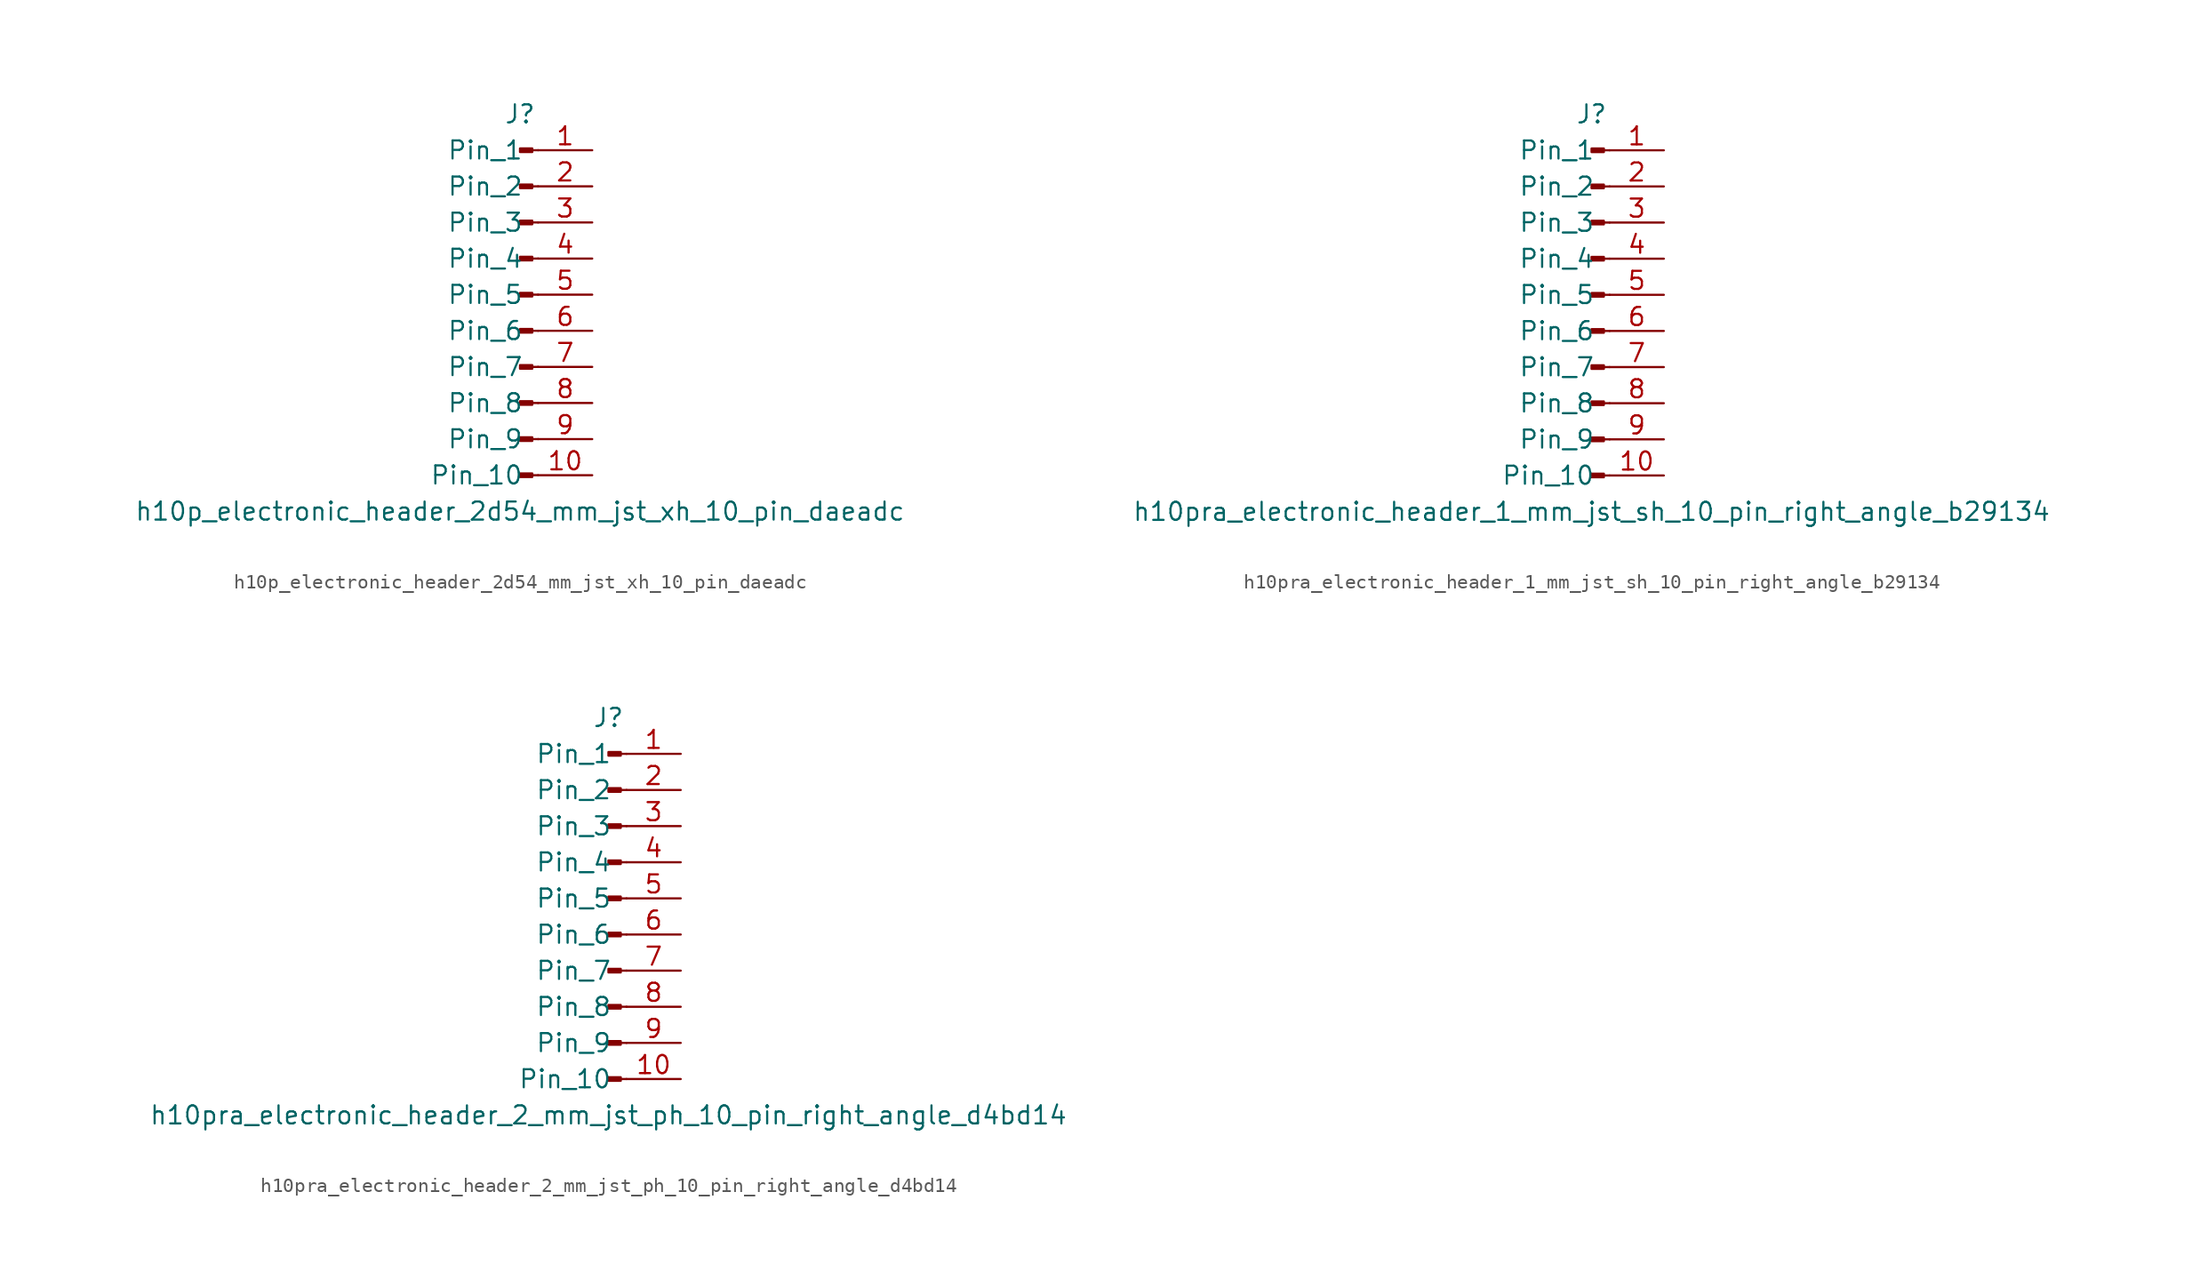
<source format=kicad_sym>
(kicad_symbol_lib
  (version 20220914)
  (generator kicad_symbol_editor)
  (symbol "h10p_electronic_header_2d54_mm_jst_xh_10_pin_daeadc"
    (pin_names
      (offset 1.016))
    (property "Reference" "J"
      (at 0 12.7 0)
      (effects (font (size 1.27 1.27))))
    (property "Value" "h10p_electronic_header_2d54_mm_jst_xh_10_pin_daeadc"
      (at 0 -15.24 0)
      (effects (font (size 1.27 1.27))))
    (property "ki_locked" ""
      (at 0 0 0)
      (effects (font (size 1.27 1.27))))
    (symbol "h10p_electronic_header_2d54_mm_jst_xh_10_pin_daeadc_1_1"
      (polyline (pts (xy 1.27 -12.7) (xy 0.864 -12.7)) (stroke (width 0.152) (type default)) (fill (type none)))
      (polyline (pts (xy 1.27 -10.16) (xy 0.864 -10.16)) (stroke (width 0.152) (type default)) (fill (type none)))
      (polyline (pts (xy 1.27 -7.62) (xy 0.864 -7.62)) (stroke (width 0.152) (type default)) (fill (type none)))
      (polyline (pts (xy 1.27 -5.08) (xy 0.864 -5.08)) (stroke (width 0.152) (type default)) (fill (type none)))
      (polyline (pts (xy 1.27 -2.54) (xy 0.864 -2.54)) (stroke (width 0.152) (type default)) (fill (type none)))
      (polyline (pts (xy 1.27 0) (xy 0.864 0)) (stroke (width 0.152) (type default)) (fill (type none)))
      (polyline (pts (xy 1.27 2.54) (xy 0.864 2.54)) (stroke (width 0.152) (type default)) (fill (type none)))
      (polyline (pts (xy 1.27 5.08) (xy 0.864 5.08)) (stroke (width 0.152) (type default)) (fill (type none)))
      (polyline (pts (xy 1.27 7.62) (xy 0.864 7.62)) (stroke (width 0.152) (type default)) (fill (type none)))
      (polyline (pts (xy 1.27 10.16) (xy 0.864 10.16)) (stroke (width 0.152) (type default)) (fill (type none)))
      (rectangle (start 0.864 -12.573) (end 0 -12.827) (stroke (width 0.152) (type default)) (fill (type outline)))
      (rectangle (start 0.864 -10.033) (end 0 -10.287) (stroke (width 0.152) (type default)) (fill (type outline)))
      (rectangle (start 0.864 -7.493) (end 0 -7.747) (stroke (width 0.152) (type default)) (fill (type outline)))
      (rectangle (start 0.864 -4.953) (end 0 -5.207) (stroke (width 0.152) (type default)) (fill (type outline)))
      (rectangle (start 0.864 -2.413) (end 0 -2.667) (stroke (width 0.152) (type default)) (fill (type outline)))
      (rectangle (start 0.864 0.127) (end 0 -0.127) (stroke (width 0.152) (type default)) (fill (type outline)))
      (rectangle (start 0.864 2.667) (end 0 2.413) (stroke (width 0.152) (type default)) (fill (type outline)))
      (rectangle (start 0.864 5.207) (end 0 4.953) (stroke (width 0.152) (type default)) (fill (type outline)))
      (rectangle (start 0.864 7.747) (end 0 7.493) (stroke (width 0.152) (type default)) (fill (type outline)))
      (rectangle (start 0.864 10.287) (end 0 10.033) (stroke (width 0.152) (type default)) (fill (type outline)))
      (pin passive line (at 5.08 10.16 180) (length 3.81) (name "Pin_1" (effects (font (size 1.27 1.27)))) (number "1" (effects (font (size 1.27 1.27)))))
      (pin passive line (at 5.08 -12.7 180) (length 3.81) (name "Pin_10" (effects (font (size 1.27 1.27)))) (number "10" (effects (font (size 1.27 1.27)))))
      (pin passive line (at 5.08 7.62 180) (length 3.81) (name "Pin_2" (effects (font (size 1.27 1.27)))) (number "2" (effects (font (size 1.27 1.27)))))
      (pin passive line (at 5.08 5.08 180) (length 3.81) (name "Pin_3" (effects (font (size 1.27 1.27)))) (number "3" (effects (font (size 1.27 1.27)))))
      (pin passive line (at 5.08 2.54 180) (length 3.81) (name "Pin_4" (effects (font (size 1.27 1.27)))) (number "4" (effects (font (size 1.27 1.27)))))
      (pin passive line (at 5.08 0 180) (length 3.81) (name "Pin_5" (effects (font (size 1.27 1.27)))) (number "5" (effects (font (size 1.27 1.27)))))
      (pin passive line (at 5.08 -2.54 180) (length 3.81) (name "Pin_6" (effects (font (size 1.27 1.27)))) (number "6" (effects (font (size 1.27 1.27)))))
      (pin passive line (at 5.08 -5.08 180) (length 3.81) (name "Pin_7" (effects (font (size 1.27 1.27)))) (number "7" (effects (font (size 1.27 1.27)))))
      (pin passive line (at 5.08 -7.62 180) (length 3.81) (name "Pin_8" (effects (font (size 1.27 1.27)))) (number "8" (effects (font (size 1.27 1.27)))))
      (pin passive line (at 5.08 -10.16 180) (length 3.81) (name "Pin_9" (effects (font (size 1.27 1.27)))) (number "9" (effects (font (size 1.27 1.27)))))))
  (symbol "h10pra_electronic_header_1_mm_jst_sh_10_pin_right_angle_b29134"
    (pin_names
      (offset 1.016))
    (property "Reference" "J"
      (at 0 12.7 0)
      (effects (font (size 1.27 1.27))))
    (property "Value" "h10pra_electronic_header_1_mm_jst_sh_10_pin_right_angle_b29134"
      (at 0 -15.24 0)
      (effects (font (size 1.27 1.27))))
    (property "ki_locked" ""
      (at 0 0 0)
      (effects (font (size 1.27 1.27))))
    (symbol "h10pra_electronic_header_1_mm_jst_sh_10_pin_right_angle_b29134_1_1"
      (polyline (pts (xy 1.27 -12.7) (xy 0.864 -12.7)) (stroke (width 0.152) (type default)) (fill (type none)))
      (polyline (pts (xy 1.27 -10.16) (xy 0.864 -10.16)) (stroke (width 0.152) (type default)) (fill (type none)))
      (polyline (pts (xy 1.27 -7.62) (xy 0.864 -7.62)) (stroke (width 0.152) (type default)) (fill (type none)))
      (polyline (pts (xy 1.27 -5.08) (xy 0.864 -5.08)) (stroke (width 0.152) (type default)) (fill (type none)))
      (polyline (pts (xy 1.27 -2.54) (xy 0.864 -2.54)) (stroke (width 0.152) (type default)) (fill (type none)))
      (polyline (pts (xy 1.27 0) (xy 0.864 0)) (stroke (width 0.152) (type default)) (fill (type none)))
      (polyline (pts (xy 1.27 2.54) (xy 0.864 2.54)) (stroke (width 0.152) (type default)) (fill (type none)))
      (polyline (pts (xy 1.27 5.08) (xy 0.864 5.08)) (stroke (width 0.152) (type default)) (fill (type none)))
      (polyline (pts (xy 1.27 7.62) (xy 0.864 7.62)) (stroke (width 0.152) (type default)) (fill (type none)))
      (polyline (pts (xy 1.27 10.16) (xy 0.864 10.16)) (stroke (width 0.152) (type default)) (fill (type none)))
      (rectangle (start 0.864 -12.573) (end 0 -12.827) (stroke (width 0.152) (type default)) (fill (type outline)))
      (rectangle (start 0.864 -10.033) (end 0 -10.287) (stroke (width 0.152) (type default)) (fill (type outline)))
      (rectangle (start 0.864 -7.493) (end 0 -7.747) (stroke (width 0.152) (type default)) (fill (type outline)))
      (rectangle (start 0.864 -4.953) (end 0 -5.207) (stroke (width 0.152) (type default)) (fill (type outline)))
      (rectangle (start 0.864 -2.413) (end 0 -2.667) (stroke (width 0.152) (type default)) (fill (type outline)))
      (rectangle (start 0.864 0.127) (end 0 -0.127) (stroke (width 0.152) (type default)) (fill (type outline)))
      (rectangle (start 0.864 2.667) (end 0 2.413) (stroke (width 0.152) (type default)) (fill (type outline)))
      (rectangle (start 0.864 5.207) (end 0 4.953) (stroke (width 0.152) (type default)) (fill (type outline)))
      (rectangle (start 0.864 7.747) (end 0 7.493) (stroke (width 0.152) (type default)) (fill (type outline)))
      (rectangle (start 0.864 10.287) (end 0 10.033) (stroke (width 0.152) (type default)) (fill (type outline)))
      (pin passive line (at 5.08 10.16 180) (length 3.81) (name "Pin_1" (effects (font (size 1.27 1.27)))) (number "1" (effects (font (size 1.27 1.27)))))
      (pin passive line (at 5.08 -12.7 180) (length 3.81) (name "Pin_10" (effects (font (size 1.27 1.27)))) (number "10" (effects (font (size 1.27 1.27)))))
      (pin passive line (at 5.08 7.62 180) (length 3.81) (name "Pin_2" (effects (font (size 1.27 1.27)))) (number "2" (effects (font (size 1.27 1.27)))))
      (pin passive line (at 5.08 5.08 180) (length 3.81) (name "Pin_3" (effects (font (size 1.27 1.27)))) (number "3" (effects (font (size 1.27 1.27)))))
      (pin passive line (at 5.08 2.54 180) (length 3.81) (name "Pin_4" (effects (font (size 1.27 1.27)))) (number "4" (effects (font (size 1.27 1.27)))))
      (pin passive line (at 5.08 0 180) (length 3.81) (name "Pin_5" (effects (font (size 1.27 1.27)))) (number "5" (effects (font (size 1.27 1.27)))))
      (pin passive line (at 5.08 -2.54 180) (length 3.81) (name "Pin_6" (effects (font (size 1.27 1.27)))) (number "6" (effects (font (size 1.27 1.27)))))
      (pin passive line (at 5.08 -5.08 180) (length 3.81) (name "Pin_7" (effects (font (size 1.27 1.27)))) (number "7" (effects (font (size 1.27 1.27)))))
      (pin passive line (at 5.08 -7.62 180) (length 3.81) (name "Pin_8" (effects (font (size 1.27 1.27)))) (number "8" (effects (font (size 1.27 1.27)))))
      (pin passive line (at 5.08 -10.16 180) (length 3.81) (name "Pin_9" (effects (font (size 1.27 1.27)))) (number "9" (effects (font (size 1.27 1.27)))))))
  (symbol "h10pra_electronic_header_2_mm_jst_ph_10_pin_right_angle_d4bd14"
    (pin_names
      (offset 1.016))
    (property "Reference" "J"
      (at 0 12.7 0)
      (effects (font (size 1.27 1.27))))
    (property "Value" "h10pra_electronic_header_2_mm_jst_ph_10_pin_right_angle_d4bd14"
      (at 0 -15.24 0)
      (effects (font (size 1.27 1.27))))
    (property "ki_locked" ""
      (at 0 0 0)
      (effects (font (size 1.27 1.27))))
    (symbol "h10pra_electronic_header_2_mm_jst_ph_10_pin_right_angle_d4bd14_1_1"
      (polyline (pts (xy 1.27 -12.7) (xy 0.864 -12.7)) (stroke (width 0.152) (type default)) (fill (type none)))
      (polyline (pts (xy 1.27 -10.16) (xy 0.864 -10.16)) (stroke (width 0.152) (type default)) (fill (type none)))
      (polyline (pts (xy 1.27 -7.62) (xy 0.864 -7.62)) (stroke (width 0.152) (type default)) (fill (type none)))
      (polyline (pts (xy 1.27 -5.08) (xy 0.864 -5.08)) (stroke (width 0.152) (type default)) (fill (type none)))
      (polyline (pts (xy 1.27 -2.54) (xy 0.864 -2.54)) (stroke (width 0.152) (type default)) (fill (type none)))
      (polyline (pts (xy 1.27 0) (xy 0.864 0)) (stroke (width 0.152) (type default)) (fill (type none)))
      (polyline (pts (xy 1.27 2.54) (xy 0.864 2.54)) (stroke (width 0.152) (type default)) (fill (type none)))
      (polyline (pts (xy 1.27 5.08) (xy 0.864 5.08)) (stroke (width 0.152) (type default)) (fill (type none)))
      (polyline (pts (xy 1.27 7.62) (xy 0.864 7.62)) (stroke (width 0.152) (type default)) (fill (type none)))
      (polyline (pts (xy 1.27 10.16) (xy 0.864 10.16)) (stroke (width 0.152) (type default)) (fill (type none)))
      (rectangle (start 0.864 -12.573) (end 0 -12.827) (stroke (width 0.152) (type default)) (fill (type outline)))
      (rectangle (start 0.864 -10.033) (end 0 -10.287) (stroke (width 0.152) (type default)) (fill (type outline)))
      (rectangle (start 0.864 -7.493) (end 0 -7.747) (stroke (width 0.152) (type default)) (fill (type outline)))
      (rectangle (start 0.864 -4.953) (end 0 -5.207) (stroke (width 0.152) (type default)) (fill (type outline)))
      (rectangle (start 0.864 -2.413) (end 0 -2.667) (stroke (width 0.152) (type default)) (fill (type outline)))
      (rectangle (start 0.864 0.127) (end 0 -0.127) (stroke (width 0.152) (type default)) (fill (type outline)))
      (rectangle (start 0.864 2.667) (end 0 2.413) (stroke (width 0.152) (type default)) (fill (type outline)))
      (rectangle (start 0.864 5.207) (end 0 4.953) (stroke (width 0.152) (type default)) (fill (type outline)))
      (rectangle (start 0.864 7.747) (end 0 7.493) (stroke (width 0.152) (type default)) (fill (type outline)))
      (rectangle (start 0.864 10.287) (end 0 10.033) (stroke (width 0.152) (type default)) (fill (type outline)))
      (pin passive line (at 5.08 10.16 180) (length 3.81) (name "Pin_1" (effects (font (size 1.27 1.27)))) (number "1" (effects (font (size 1.27 1.27)))))
      (pin passive line (at 5.08 -12.7 180) (length 3.81) (name "Pin_10" (effects (font (size 1.27 1.27)))) (number "10" (effects (font (size 1.27 1.27)))))
      (pin passive line (at 5.08 7.62 180) (length 3.81) (name "Pin_2" (effects (font (size 1.27 1.27)))) (number "2" (effects (font (size 1.27 1.27)))))
      (pin passive line (at 5.08 5.08 180) (length 3.81) (name "Pin_3" (effects (font (size 1.27 1.27)))) (number "3" (effects (font (size 1.27 1.27)))))
      (pin passive line (at 5.08 2.54 180) (length 3.81) (name "Pin_4" (effects (font (size 1.27 1.27)))) (number "4" (effects (font (size 1.27 1.27)))))
      (pin passive line (at 5.08 0 180) (length 3.81) (name "Pin_5" (effects (font (size 1.27 1.27)))) (number "5" (effects (font (size 1.27 1.27)))))
      (pin passive line (at 5.08 -2.54 180) (length 3.81) (name "Pin_6" (effects (font (size 1.27 1.27)))) (number "6" (effects (font (size 1.27 1.27)))))
      (pin passive line (at 5.08 -5.08 180) (length 3.81) (name "Pin_7" (effects (font (size 1.27 1.27)))) (number "7" (effects (font (size 1.27 1.27)))))
      (pin passive line (at 5.08 -7.62 180) (length 3.81) (name "Pin_8" (effects (font (size 1.27 1.27)))) (number "8" (effects (font (size 1.27 1.27)))))
      (pin passive line (at 5.08 -10.16 180) (length 3.81) (name "Pin_9" (effects (font (size 1.27 1.27)))) (number "9" (effects (font (size 1.27 1.27))))))))
</source>
